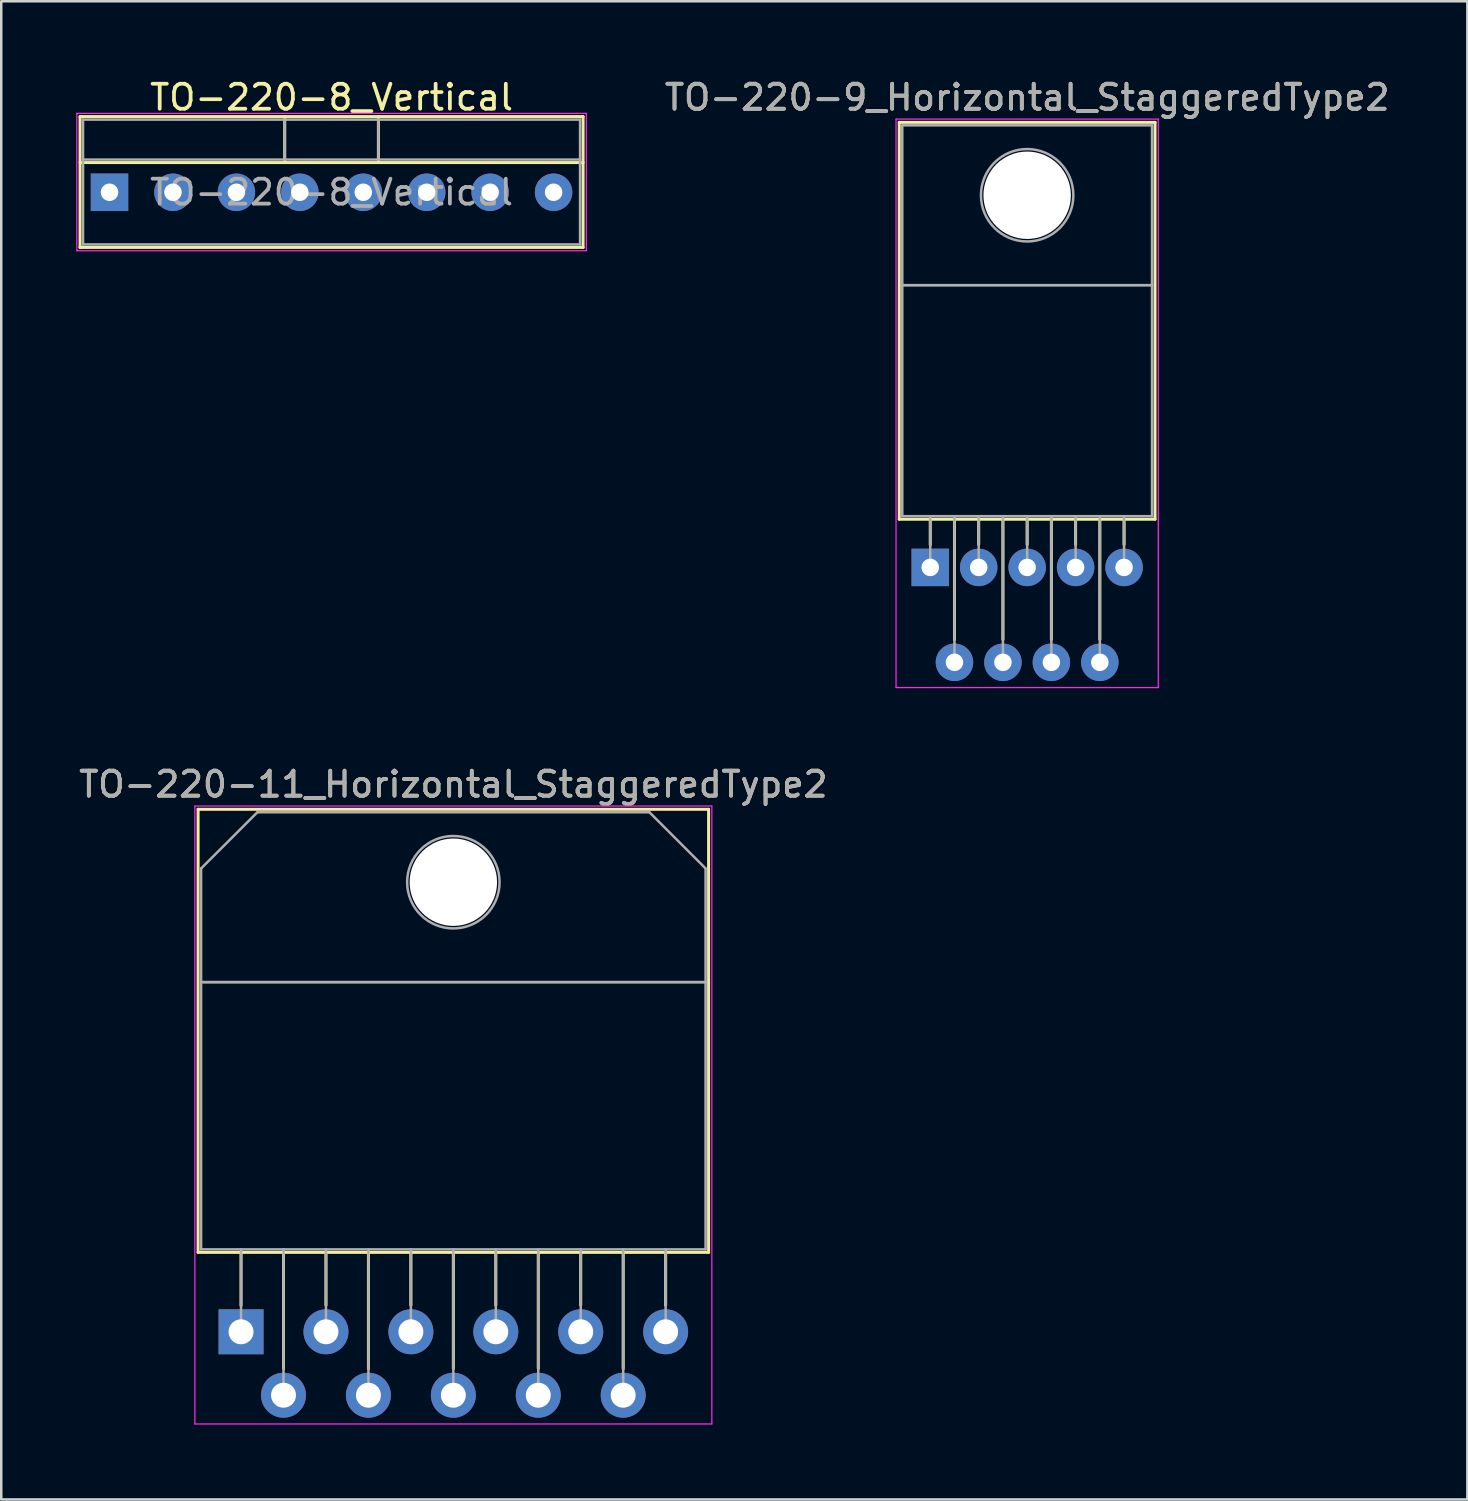
<source format=kicad_pcb>
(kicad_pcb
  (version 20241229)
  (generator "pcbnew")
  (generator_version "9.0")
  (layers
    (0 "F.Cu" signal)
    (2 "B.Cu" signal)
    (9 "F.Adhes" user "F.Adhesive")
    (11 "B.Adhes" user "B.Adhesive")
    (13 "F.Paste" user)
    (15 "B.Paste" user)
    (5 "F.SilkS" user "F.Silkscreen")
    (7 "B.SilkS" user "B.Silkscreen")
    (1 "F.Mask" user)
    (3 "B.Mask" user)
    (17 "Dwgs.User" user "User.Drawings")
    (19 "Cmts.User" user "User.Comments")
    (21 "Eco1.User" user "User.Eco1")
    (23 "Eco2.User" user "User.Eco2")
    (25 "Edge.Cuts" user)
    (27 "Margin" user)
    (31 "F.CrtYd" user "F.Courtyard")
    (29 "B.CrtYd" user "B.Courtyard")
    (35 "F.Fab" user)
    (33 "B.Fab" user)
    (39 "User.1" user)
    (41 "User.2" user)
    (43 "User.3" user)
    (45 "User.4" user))
  (footprint "TO-220-9_Horizontal_StaggeredType2"
    (layer "F.Cu")
    (at 34.195 19.668)
    (property "Reference" "TO-220-9_Horizontal_StaggeredType2" (at 3.88 -18.82 0) (layer "F.SilkS") (effects (font (size 1 1) (thickness 0.15))))
    (attr through_hole)
    (fp_line (start -1.241 -17.82) (end -1.241 -1.93) (stroke (width 0.12) (type solid)) (layer "F.SilkS"))
    (fp_line (start -1.241 -17.82) (end 9 -17.82) (stroke (width 0.12) (type solid)) (layer "F.SilkS"))
    (fp_line (start -1.241 -1.93) (end 9 -1.93) (stroke (width 0.12) (type solid)) (layer "F.SilkS"))
    (fp_line (start 0 -1.93) (end 0 -0.9) (stroke (width 0.12) (type solid)) (layer "F.SilkS"))
    (fp_line (start 0.97 -1.93) (end 0.97 2.885) (stroke (width 0.12) (type solid)) (layer "F.SilkS"))
    (fp_line (start 1.94 -1.93) (end 1.94 -0.916) (stroke (width 0.12) (type solid)) (layer "F.SilkS"))
    (fp_line (start 2.91 -1.93) (end 2.91 2.885) (stroke (width 0.12) (type solid)) (layer "F.SilkS"))
    (fp_line (start 3.88 -1.93) (end 3.88 -0.916) (stroke (width 0.12) (type solid)) (layer "F.SilkS"))
    (fp_line (start 4.85 -1.93) (end 4.85 2.885) (stroke (width 0.12) (type solid)) (layer "F.SilkS"))
    (fp_line (start 5.82 -1.93) (end 5.82 -0.916) (stroke (width 0.12) (type solid)) (layer "F.SilkS"))
    (fp_line (start 6.79 -1.93) (end 6.79 2.885) (stroke (width 0.12) (type solid)) (layer "F.SilkS"))
    (fp_line (start 7.76 -1.93) (end 7.76 -0.916) (stroke (width 0.12) (type solid)) (layer "F.SilkS"))
    (fp_line (start 9 -17.82) (end 9 -1.93) (stroke (width 0.12) (type solid)) (layer "F.SilkS"))
    (fp_line (start -1.37 -17.95) (end -1.37 4.81) (stroke (width 0.05) (type solid)) (layer "F.CrtYd"))
    (fp_line (start -1.37 4.81) (end 9.13 4.81) (stroke (width 0.05) (type solid)) (layer "F.CrtYd"))
    (fp_line (start 9.13 -17.95) (end -1.37 -17.95) (stroke (width 0.05) (type solid)) (layer "F.CrtYd"))
    (fp_line (start 9.13 4.81) (end 9.13 -17.95) (stroke (width 0.05) (type solid)) (layer "F.CrtYd"))
    (fp_line (start -1.12 -17.7) (end 8.88 -17.7) (stroke (width 0.1) (type solid)) (layer "F.Fab"))
    (fp_line (start -1.12 -11.3) (end -1.12 -17.7) (stroke (width 0.1) (type solid)) (layer "F.Fab"))
    (fp_line (start -1.12 -11.3) (end 8.88 -11.3) (stroke (width 0.1) (type solid)) (layer "F.Fab"))
    (fp_line (start -1.12 -2.05) (end -1.12 -11.3) (stroke (width 0.1) (type solid)) (layer "F.Fab"))
    (fp_line (start 0 -2.05) (end 0 0) (stroke (width 0.1) (type solid)) (layer "F.Fab"))
    (fp_line (start 0.97 -2.05) (end 0.97 3.8) (stroke (width 0.1) (type solid)) (layer "F.Fab"))
    (fp_line (start 1.94 -2.05) (end 1.94 0) (stroke (width 0.1) (type solid)) (layer "F.Fab"))
    (fp_line (start 2.91 -2.05) (end 2.91 3.8) (stroke (width 0.1) (type solid)) (layer "F.Fab"))
    (fp_line (start 3.88 -2.05) (end 3.88 0) (stroke (width 0.1) (type solid)) (layer "F.Fab"))
    (fp_line (start 4.85 -2.05) (end 4.85 3.8) (stroke (width 0.1) (type solid)) (layer "F.Fab"))
    (fp_line (start 5.82 -2.05) (end 5.82 0) (stroke (width 0.1) (type solid)) (layer "F.Fab"))
    (fp_line (start 6.79 -2.05) (end 6.79 3.8) (stroke (width 0.1) (type solid)) (layer "F.Fab"))
    (fp_line (start 7.76 -2.05) (end 7.76 0) (stroke (width 0.1) (type solid)) (layer "F.Fab"))
    (fp_line (start 8.88 -17.7) (end 8.88 -11.3) (stroke (width 0.1) (type solid)) (layer "F.Fab"))
    (fp_line (start 8.88 -11.3) (end -1.12 -11.3) (stroke (width 0.1) (type solid)) (layer "F.Fab"))
    (fp_line (start 8.88 -11.3) (end 8.88 -2.05) (stroke (width 0.1) (type solid)) (layer "F.Fab"))
    (fp_line (start 8.88 -2.05) (end -1.12 -2.05) (stroke (width 0.1) (type solid)) (layer "F.Fab"))
    (fp_circle (center 3.88 -14.9) (end 5.73 -14.9) (stroke (width 0.1) (type solid)) (fill no) (layer "F.Fab"))
    (fp_text user "${REFERENCE}" (at 3.88 -18.82 0) (layer "F.Fab") (effects (font (size 1 1) (thickness 0.15))))
    (pad "" np_thru_hole oval (at 3.88 -14.9) (size 3.5 3.5) (drill 3.5) (layers "*.Cu" "*.Mask"))
    (pad "1" thru_hole rect (at 0 0) (size 1.5 1.5) (drill 0.7) (layers "*.Cu" "*.Mask"))
    (pad "2" thru_hole oval (at 0.97 3.8) (size 1.5 1.5) (drill 0.7) (layers "*.Cu" "*.Mask"))
    (pad "3" thru_hole oval (at 1.94 0) (size 1.5 1.5) (drill 0.7) (layers "*.Cu" "*.Mask"))
    (pad "4" thru_hole oval (at 2.91 3.8) (size 1.5 1.5) (drill 0.7) (layers "*.Cu" "*.Mask"))
    (pad "5" thru_hole oval (at 3.88 0) (size 1.5 1.5) (drill 0.7) (layers "*.Cu" "*.Mask"))
    (pad "6" thru_hole oval (at 4.85 3.8) (size 1.5 1.5) (drill 0.7) (layers "*.Cu" "*.Mask"))
    (pad "7" thru_hole oval (at 5.82 0) (size 1.5 1.5) (drill 0.7) (layers "*.Cu" "*.Mask"))
    (pad "8" thru_hole oval (at 6.79 3.8) (size 1.5 1.5) (drill 0.7) (layers "*.Cu" "*.Mask"))
    (pad "9" thru_hole oval (at 7.76 0) (size 1.5 1.5) (drill 0.7) (layers "*.Cu" "*.Mask")))
  (footprint "TO-220-11_Horizontal_StaggeredType2"
    (layer "F.Cu")
    (at 6.601 50.272)
    (property "Reference" "TO-220-11_Horizontal_StaggeredType2" (at 8.5 -21.92 0) (layer "F.SilkS") (effects (font (size 1 1) (thickness 0.15))))
    (attr through_hole)
    (fp_line (start -1.72 -20.92) (end -1.72 -3.18) (stroke (width 0.12) (type solid)) (layer "F.SilkS"))
    (fp_line (start -1.72 -20.92) (end 18.72 -20.92) (stroke (width 0.12) (type solid)) (layer "F.SilkS"))
    (fp_line (start -1.72 -3.18) (end 18.72 -3.18) (stroke (width 0.12) (type solid)) (layer "F.SilkS"))
    (fp_line (start 0 -3.18) (end 0 -1.05) (stroke (width 0.12) (type solid)) (layer "F.SilkS"))
    (fp_line (start 1.7 -3.18) (end 1.7 1.475) (stroke (width 0.12) (type solid)) (layer "F.SilkS"))
    (fp_line (start 3.4 -3.18) (end 3.4 -1.066) (stroke (width 0.12) (type solid)) (layer "F.SilkS"))
    (fp_line (start 5.1 -3.18) (end 5.1 1.475) (stroke (width 0.12) (type solid)) (layer "F.SilkS"))
    (fp_line (start 6.8 -3.18) (end 6.8 -1.066) (stroke (width 0.12) (type solid)) (layer "F.SilkS"))
    (fp_line (start 8.5 -3.18) (end 8.5 1.475) (stroke (width 0.12) (type solid)) (layer "F.SilkS"))
    (fp_line (start 10.2 -3.18) (end 10.2 -1.066) (stroke (width 0.12) (type solid)) (layer "F.SilkS"))
    (fp_line (start 11.9 -3.18) (end 11.9 1.475) (stroke (width 0.12) (type solid)) (layer "F.SilkS"))
    (fp_line (start 13.6 -3.18) (end 13.6 -1.066) (stroke (width 0.12) (type solid)) (layer "F.SilkS"))
    (fp_line (start 15.3 -3.18) (end 15.3 1.475) (stroke (width 0.12) (type solid)) (layer "F.SilkS"))
    (fp_line (start 17 -3.18) (end 17 -1.066) (stroke (width 0.12) (type solid)) (layer "F.SilkS"))
    (fp_line (start 18.72 -20.92) (end 18.72 -3.18) (stroke (width 0.12) (type solid)) (layer "F.SilkS"))
    (fp_line (start -1.85 -21.05) (end -1.85 3.69) (stroke (width 0.05) (type solid)) (layer "F.CrtYd"))
    (fp_line (start -1.85 3.69) (end 18.85 3.69) (stroke (width 0.05) (type solid)) (layer "F.CrtYd"))
    (fp_line (start 18.85 -21.05) (end -1.85 -21.05) (stroke (width 0.05) (type solid)) (layer "F.CrtYd"))
    (fp_line (start 18.85 3.69) (end 18.85 -21.05) (stroke (width 0.05) (type solid)) (layer "F.CrtYd"))
    (fp_line (start -1.6 -18.55) (end 0.651 -20.8) (stroke (width 0.1) (type solid)) (layer "F.Fab"))
    (fp_line (start -1.6 -14) (end -1.6 -18.55) (stroke (width 0.1) (type solid)) (layer "F.Fab"))
    (fp_line (start -1.6 -14) (end 18.6 -14) (stroke (width 0.1) (type solid)) (layer "F.Fab"))
    (fp_line (start -1.6 -3.3) (end -1.6 -14) (stroke (width 0.1) (type solid)) (layer "F.Fab"))
    (fp_line (start 0 -3.3) (end 0 0) (stroke (width 0.1) (type solid)) (layer "F.Fab"))
    (fp_line (start 0.651 -20.8) (end 16.351 -20.8) (stroke (width 0.1) (type solid)) (layer "F.Fab"))
    (fp_line (start 1.7 -3.3) (end 1.7 2.54) (stroke (width 0.1) (type solid)) (layer "F.Fab"))
    (fp_line (start 3.4 -3.3) (end 3.4 0) (stroke (width 0.1) (type solid)) (layer "F.Fab"))
    (fp_line (start 5.1 -3.3) (end 5.1 2.54) (stroke (width 0.1) (type solid)) (layer "F.Fab"))
    (fp_line (start 6.8 -3.3) (end 6.8 0) (stroke (width 0.1) (type solid)) (layer "F.Fab"))
    (fp_line (start 8.5 -3.3) (end 8.5 2.54) (stroke (width 0.1) (type solid)) (layer "F.Fab"))
    (fp_line (start 10.2 -3.3) (end 10.2 0) (stroke (width 0.1) (type solid)) (layer "F.Fab"))
    (fp_line (start 11.9 -3.3) (end 11.9 2.54) (stroke (width 0.1) (type solid)) (layer "F.Fab"))
    (fp_line (start 13.6 -3.3) (end 13.6 0) (stroke (width 0.1) (type solid)) (layer "F.Fab"))
    (fp_line (start 15.3 -3.3) (end 15.3 2.54) (stroke (width 0.1) (type solid)) (layer "F.Fab"))
    (fp_line (start 16.351 -20.8) (end 18.6 -18.55) (stroke (width 0.1) (type solid)) (layer "F.Fab"))
    (fp_line (start 17 -3.3) (end 17 0) (stroke (width 0.1) (type solid)) (layer "F.Fab"))
    (fp_line (start 18.6 -18.55) (end 18.6 -14) (stroke (width 0.1) (type solid)) (layer "F.Fab"))
    (fp_line (start 18.6 -14) (end -1.6 -14) (stroke (width 0.1) (type solid)) (layer "F.Fab"))
    (fp_line (start 18.6 -14) (end 18.6 -3.3) (stroke (width 0.1) (type solid)) (layer "F.Fab"))
    (fp_line (start 18.6 -3.3) (end -1.6 -3.3) (stroke (width 0.1) (type solid)) (layer "F.Fab"))
    (fp_circle (center 8.5 -18) (end 10.35 -18) (stroke (width 0.1) (type solid)) (fill no) (layer "F.Fab"))
    (fp_text user "${REFERENCE}" (at 8.5 -21.92 0) (layer "F.Fab") (effects (font (size 1 1) (thickness 0.15))))
    (pad "" np_thru_hole oval (at 8.5 -18) (size 3.5 3.5) (drill 3.5) (layers "*.Cu" "*.Mask"))
    (pad "1" thru_hole rect (at 0 0) (size 1.8 1.8) (drill 1) (layers "*.Cu" "*.Mask"))
    (pad "2" thru_hole oval (at 1.7 2.54) (size 1.8 1.8) (drill 1) (layers "*.Cu" "*.Mask"))
    (pad "3" thru_hole oval (at 3.4 0) (size 1.8 1.8) (drill 1) (layers "*.Cu" "*.Mask"))
    (pad "4" thru_hole oval (at 5.1 2.54) (size 1.8 1.8) (drill 1) (layers "*.Cu" "*.Mask"))
    (pad "5" thru_hole oval (at 6.8 0) (size 1.8 1.8) (drill 1) (layers "*.Cu" "*.Mask"))
    (pad "6" thru_hole oval (at 8.5 2.54) (size 1.8 1.8) (drill 1) (layers "*.Cu" "*.Mask"))
    (pad "7" thru_hole oval (at 10.2 0) (size 1.8 1.8) (drill 1) (layers "*.Cu" "*.Mask"))
    (pad "8" thru_hole oval (at 11.9 2.54) (size 1.8 1.8) (drill 1) (layers "*.Cu" "*.Mask"))
    (pad "9" thru_hole oval (at 13.6 0) (size 1.8 1.8) (drill 1) (layers "*.Cu" "*.Mask"))
    (pad "10" thru_hole oval (at 15.3 2.54) (size 1.8 1.8) (drill 1) (layers "*.Cu" "*.Mask"))
    (pad "11" thru_hole oval (at 17 0) (size 1.8 1.8) (drill 1) (layers "*.Cu" "*.Mask")))
  (footprint "TO-220-8_Vertical"
    (layer "F.Cu")
    (at 1.335 4.648)
    (property "Reference" "TO-220-8_Vertical" (at 8.89 -3.8 0) (layer "F.SilkS") (effects (font (size 1 1) (thickness 0.15))))
    (attr through_hole)
    (fp_line (start -1.18 -3.03) (end -1.18 2.211) (stroke (width 0.12) (type solid)) (layer "F.SilkS"))
    (fp_line (start -1.18 -3.03) (end 18.96 -3.03) (stroke (width 0.12) (type solid)) (layer "F.SilkS"))
    (fp_line (start -1.18 -1.19) (end 18.96 -1.19) (stroke (width 0.12) (type solid)) (layer "F.SilkS"))
    (fp_line (start -1.18 2.21) (end 18.96 2.21) (stroke (width 0.12) (type solid)) (layer "F.SilkS"))
    (fp_line (start 7.015 -3.03) (end 7.015 -1.19) (stroke (width 0.12) (type solid)) (layer "F.SilkS"))
    (fp_line (start 10.765 -3.03) (end 10.765 -1.19) (stroke (width 0.12) (type solid)) (layer "F.SilkS"))
    (fp_line (start 18.96 -3.03) (end 18.96 2.21) (stroke (width 0.12) (type solid)) (layer "F.SilkS"))
    (fp_line (start -1.31 -3.16) (end -1.31 2.34) (stroke (width 0.05) (type solid)) (layer "F.CrtYd"))
    (fp_line (start -1.31 2.34) (end 19.09 2.34) (stroke (width 0.05) (type solid)) (layer "F.CrtYd"))
    (fp_line (start 19.09 -3.16) (end -1.31 -3.16) (stroke (width 0.05) (type solid)) (layer "F.CrtYd"))
    (fp_line (start 19.09 2.34) (end 19.09 -3.16) (stroke (width 0.05) (type solid)) (layer "F.CrtYd"))
    (fp_line (start -1.06 -2.91) (end -1.06 2.09) (stroke (width 0.1) (type solid)) (layer "F.Fab"))
    (fp_line (start -1.06 -1.31) (end 18.84 -1.31) (stroke (width 0.1) (type solid)) (layer "F.Fab"))
    (fp_line (start -1.06 2.09) (end 18.84 2.09) (stroke (width 0.1) (type solid)) (layer "F.Fab"))
    (fp_line (start 7.015 -2.91) (end 7.015 -1.31) (stroke (width 0.1) (type solid)) (layer "F.Fab"))
    (fp_line (start 10.765 -2.91) (end 10.765 -1.31) (stroke (width 0.1) (type solid)) (layer "F.Fab"))
    (fp_line (start 18.84 -2.91) (end -1.06 -2.91) (stroke (width 0.1) (type solid)) (layer "F.Fab"))
    (fp_line (start 18.84 2.09) (end 18.84 -2.91) (stroke (width 0.1) (type solid)) (layer "F.Fab"))
    (fp_text user "${REFERENCE}" (at 8.89 0 0) (layer "F.Fab") (effects (font (size 1 1) (thickness 0.15))))
    (pad "1" thru_hole rect (at 0 0) (size 1.5 1.5) (drill 0.7) (layers "*.Cu" "*.Mask"))
    (pad "2" thru_hole oval (at 2.54 0) (size 1.5 1.5) (drill 0.7) (layers "*.Cu" "*.Mask"))
    (pad "3" thru_hole oval (at 5.08 0) (size 1.5 1.5) (drill 0.7) (layers "*.Cu" "*.Mask"))
    (pad "4" thru_hole oval (at 7.62 0) (size 1.5 1.5) (drill 0.7) (layers "*.Cu" "*.Mask"))
    (pad "5" thru_hole oval (at 10.16 0) (size 1.5 1.5) (drill 0.7) (layers "*.Cu" "*.Mask"))
    (pad "6" thru_hole oval (at 12.7 0) (size 1.5 1.5) (drill 0.7) (layers "*.Cu" "*.Mask"))
    (pad "7" thru_hole oval (at 15.24 0) (size 1.5 1.5) (drill 0.7) (layers "*.Cu" "*.Mask"))
    (pad "8" thru_hole oval (at 17.78 0) (size 1.5 1.5) (drill 0.7) (layers "*.Cu" "*.Mask")))
  (gr_rect
    (start -3 -3)
    (end 55.7 56.986)
    (stroke (width 0.1) (type default))
    (fill no)
    (layer "Edge.Cuts")))
</source>
